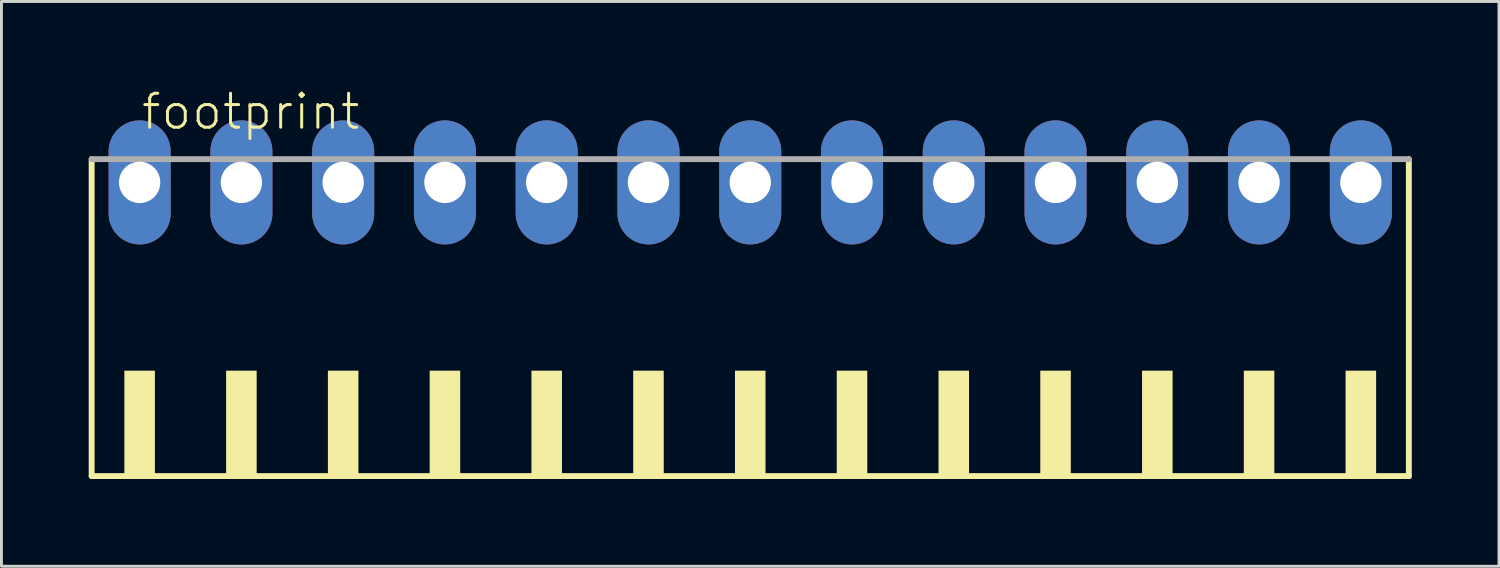
<source format=kicad_pcb>
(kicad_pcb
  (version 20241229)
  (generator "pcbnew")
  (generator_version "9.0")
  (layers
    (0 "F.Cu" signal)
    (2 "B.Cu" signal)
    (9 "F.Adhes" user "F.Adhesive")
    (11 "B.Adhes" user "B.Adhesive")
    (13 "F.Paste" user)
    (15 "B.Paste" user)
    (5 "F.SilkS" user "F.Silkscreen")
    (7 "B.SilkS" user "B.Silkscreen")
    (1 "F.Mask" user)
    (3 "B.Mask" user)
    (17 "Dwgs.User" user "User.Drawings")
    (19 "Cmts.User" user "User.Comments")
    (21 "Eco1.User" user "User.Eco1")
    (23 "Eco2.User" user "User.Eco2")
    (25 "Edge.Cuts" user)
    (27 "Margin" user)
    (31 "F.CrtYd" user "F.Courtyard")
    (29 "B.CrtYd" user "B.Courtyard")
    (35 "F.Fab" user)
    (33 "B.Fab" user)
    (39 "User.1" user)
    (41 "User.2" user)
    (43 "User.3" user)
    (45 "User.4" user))
  (footprint "footprint"
    (layer "F.Cu")
    (at 22.752 8.473)
    (property "Reference" "footprint" (at -21 -7 0) (layer "F.SilkS") (effects (font (size 1.168 1.168) (thickness 0.102)) (justify left bottom)))
    (fp_line (start -22.65 -6.05) (end -22.65 4.85) (stroke (width 0.203) (type solid)) (layer "F.SilkS"))
    (fp_line (start -22.65 4.85) (end 22.65 4.85) (stroke (width 0.203) (type solid)) (layer "F.SilkS"))
    (fp_line (start 22.65 4.85) (end 22.65 -6.05) (stroke (width 0.203) (type solid)) (layer "F.SilkS"))
    (fp_poly (pts (xy -21.525 4.9) (xy -20.475 4.9) (xy -20.475 1.225) (xy -21.525 1.225)) (stroke (width 0) (type solid)) (fill yes) (layer "F.SilkS"))
    (fp_poly (pts (xy -18.025 4.9) (xy -16.975 4.9) (xy -16.975 1.225) (xy -18.025 1.225)) (stroke (width 0) (type solid)) (fill yes) (layer "F.SilkS"))
    (fp_poly (pts (xy -14.525 4.9) (xy -13.475 4.9) (xy -13.475 1.225) (xy -14.525 1.225)) (stroke (width 0) (type solid)) (fill yes) (layer "F.SilkS"))
    (fp_poly (pts (xy -11.025 4.9) (xy -9.975 4.9) (xy -9.975 1.225) (xy -11.025 1.225)) (stroke (width 0) (type solid)) (fill yes) (layer "F.SilkS"))
    (fp_poly (pts (xy -7.525 4.9) (xy -6.475 4.9) (xy -6.475 1.225) (xy -7.525 1.225)) (stroke (width 0) (type solid)) (fill yes) (layer "F.SilkS"))
    (fp_poly (pts (xy -4.025 4.9) (xy -2.975 4.9) (xy -2.975 1.225) (xy -4.025 1.225)) (stroke (width 0) (type solid)) (fill yes) (layer "F.SilkS"))
    (fp_poly (pts (xy -0.525 4.9) (xy 0.525 4.9) (xy 0.525 1.225) (xy -0.525 1.225)) (stroke (width 0) (type solid)) (fill yes) (layer "F.SilkS"))
    (fp_poly (pts (xy 2.975 4.9) (xy 4.025 4.9) (xy 4.025 1.225) (xy 2.975 1.225)) (stroke (width 0) (type solid)) (fill yes) (layer "F.SilkS"))
    (fp_poly (pts (xy 6.475 4.9) (xy 7.525 4.9) (xy 7.525 1.225) (xy 6.475 1.225)) (stroke (width 0) (type solid)) (fill yes) (layer "F.SilkS"))
    (fp_poly (pts (xy 9.975 4.9) (xy 11.025 4.9) (xy 11.025 1.225) (xy 9.975 1.225)) (stroke (width 0) (type solid)) (fill yes) (layer "F.SilkS"))
    (fp_poly (pts (xy 13.475 4.9) (xy 14.525 4.9) (xy 14.525 1.225) (xy 13.475 1.225)) (stroke (width 0) (type solid)) (fill yes) (layer "F.SilkS"))
    (fp_poly (pts (xy 16.975 4.9) (xy 18.025 4.9) (xy 18.025 1.225) (xy 16.975 1.225)) (stroke (width 0) (type solid)) (fill yes) (layer "F.SilkS"))
    (fp_poly (pts (xy 20.475 4.9) (xy 21.525 4.9) (xy 21.525 1.225) (xy 20.475 1.225)) (stroke (width 0) (type solid)) (fill yes) (layer "F.SilkS"))
    (fp_line (start 22.65 -6.05) (end -22.65 -6.05) (stroke (width 0.203) (type solid)) (layer "F.Fab"))
    (pad "1" thru_hole oval (at -21 -5.25 90) (size 4.267 2.134) (drill 1.422) (layers "*.Cu" "*.Mask"))
    (pad "2" thru_hole oval (at -17.5 -5.25 90) (size 4.267 2.134) (drill 1.422) (layers "*.Cu" "*.Mask"))
    (pad "3" thru_hole oval (at -14 -5.25 90) (size 4.267 2.134) (drill 1.422) (layers "*.Cu" "*.Mask"))
    (pad "4" thru_hole oval (at -10.5 -5.25 90) (size 4.267 2.134) (drill 1.422) (layers "*.Cu" "*.Mask"))
    (pad "5" thru_hole oval (at -7 -5.25 90) (size 4.267 2.134) (drill 1.422) (layers "*.Cu" "*.Mask"))
    (pad "6" thru_hole oval (at -3.5 -5.25 90) (size 4.267 2.134) (drill 1.422) (layers "*.Cu" "*.Mask"))
    (pad "7" thru_hole oval (at 0 -5.25 90) (size 4.267 2.134) (drill 1.422) (layers "*.Cu" "*.Mask"))
    (pad "8" thru_hole oval (at 3.5 -5.25 90) (size 4.267 2.134) (drill 1.422) (layers "*.Cu" "*.Mask"))
    (pad "9" thru_hole oval (at 7 -5.25 90) (size 4.267 2.134) (drill 1.422) (layers "*.Cu" "*.Mask"))
    (pad "10" thru_hole oval (at 10.5 -5.25 90) (size 4.267 2.134) (drill 1.422) (layers "*.Cu" "*.Mask"))
    (pad "11" thru_hole oval (at 14 -5.25 90) (size 4.267 2.134) (drill 1.422) (layers "*.Cu" "*.Mask"))
    (pad "12" thru_hole oval (at 17.5 -5.25 90) (size 4.267 2.134) (drill 1.422) (layers "*.Cu" "*.Mask"))
    (pad "13" thru_hole oval (at 21 -5.25 90) (size 4.267 2.134) (drill 1.422) (layers "*.Cu" "*.Mask")))
  (gr_rect
    (start -3 -3)
    (end 48.503 16.425)
    (stroke (width 0.1) (type default))
    (fill no)
    (layer "Edge.Cuts")))
</source>
